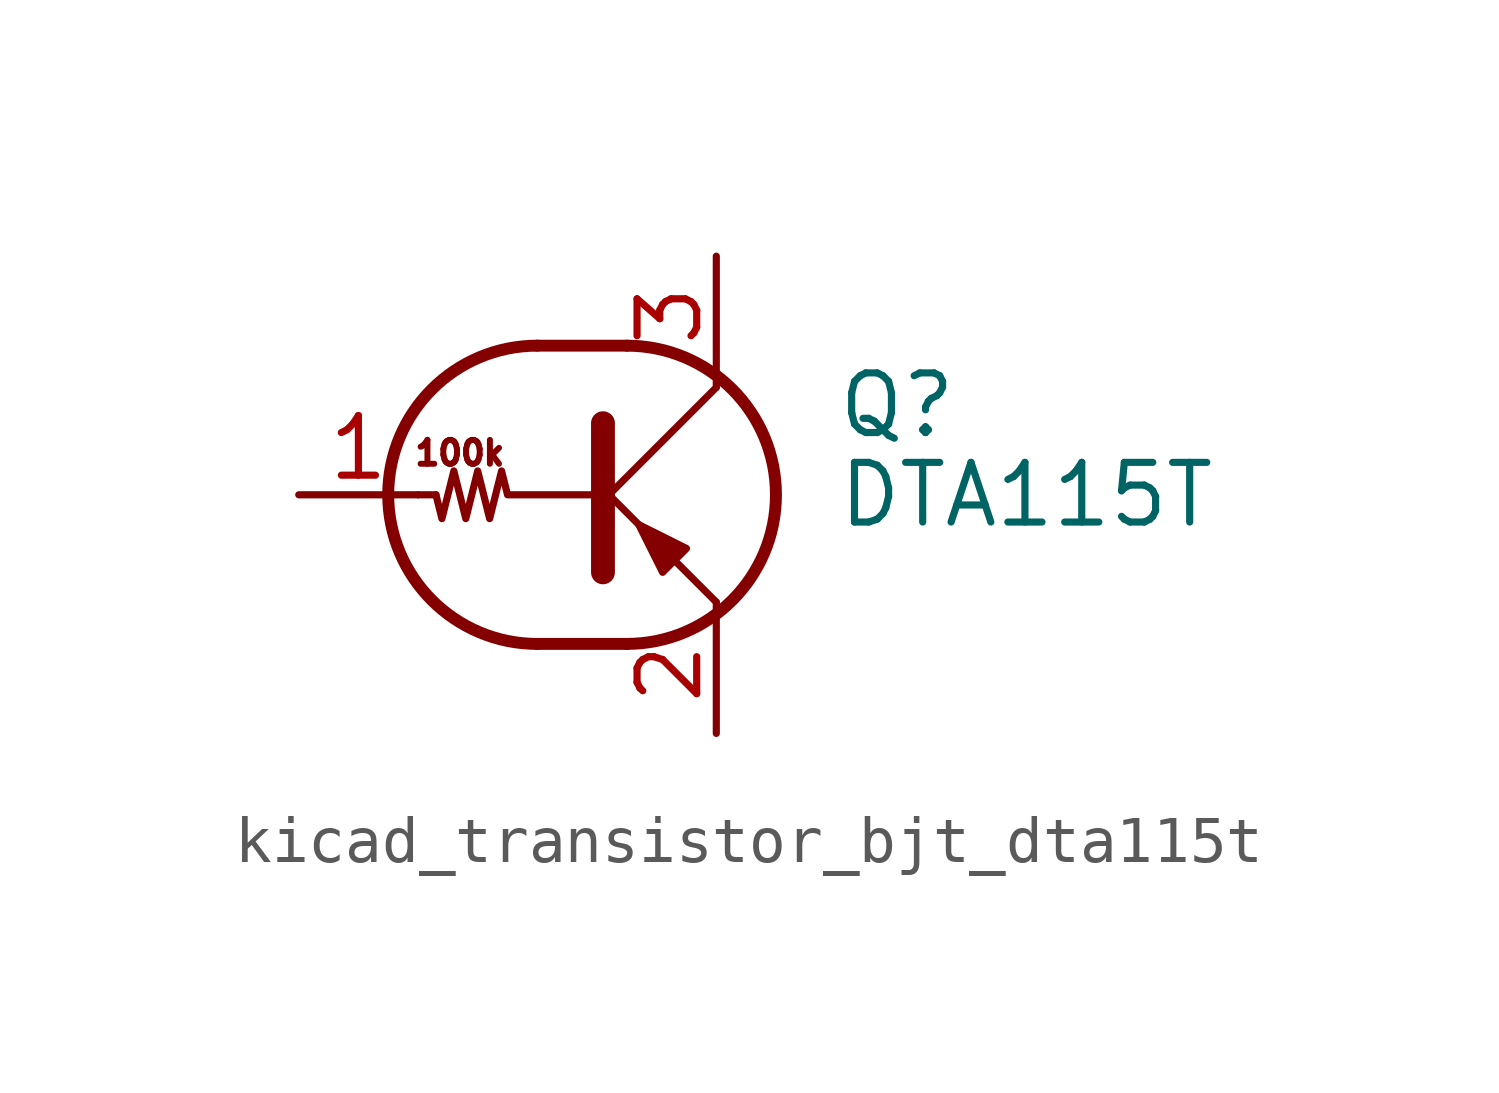
<source format=kicad_sym>
(kicad_symbol_lib
  (version 20220914)
  (generator kicad_symbol_editor)
  (symbol "kicad_transistor_bjt_dta115t"
    (pin_names
      (offset 0) hide)
    (property "Reference" "Q"
      (at 5.08 1.905 0)
      (effects (font (size 1.27 1.27)) (justify left)))
    (property "Value" "DTA115T"
      (at 5.08 0 0)
      (effects (font (size 1.27 1.27)) (justify left)))
    (symbol "kicad_transistor_bjt_dta115t_0_0"
      (polyline (pts (xy 2.54 -2.286) (xy 2.54 -2.54)) (stroke (width 0) (type default)) (fill (type none)))
      (text "100k" (at -2.921 0.889 0) (effects (font (size 0.508 0.508)))))
    (symbol "kicad_transistor_bjt_dta115t_0_1"
      (arc (start -1.27 3.175) (mid -4.4312 0) (end -1.27 -3.175) (stroke (width 0.254) (type default)) (fill (type none)))
      (polyline (pts (xy -3.429 0) (xy -3.81 0)) (stroke (width 0) (type default)) (fill (type none)))
      (polyline (pts (xy -1.27 -3.175) (xy 0.635 -3.175)) (stroke (width 0.254) (type default)) (fill (type none)))
      (polyline (pts (xy -1.27 3.175) (xy 0.635 3.175)) (stroke (width 0.254) (type default)) (fill (type none)))
      (polyline (pts (xy 0 -0.254) (xy 2.54 2.286)) (stroke (width 0) (type default)) (fill (type none)))
      (polyline (pts (xy 0.127 1.524) (xy 0.127 -1.651)) (stroke (width 0.508) (type default)) (fill (type outline)))
      (polyline (pts (xy 2.54 2.286) (xy 2.54 2.54)) (stroke (width 0) (type default)) (fill (type none)))
      (polyline (pts (xy 2.54 -2.286) (xy 0 0.254) (xy 0 0.254)) (stroke (width 0) (type default)) (fill (type none)))
      (polyline (pts (xy 1.397 -1.651) (xy 1.905 -1.143) (xy 0.889 -0.635) (xy 1.397 -1.651)) (stroke (width 0) (type default)) (fill (type outline)))
      (polyline (pts (xy 0 0) (xy -1.905 0) (xy -2.032 0.508) (xy -2.286 -0.508) (xy -2.54 0.508) (xy -2.794 -0.508) (xy -3.048 0.508) (xy -3.302 -0.508) (xy -3.429 0)) (stroke (width 0) (type default)) (fill (type none)))
      (arc (start 0.635 -3.175) (mid 3.7962 0) (end 0.635 3.175) (stroke (width 0.254) (type default)) (fill (type none))))
    (symbol "kicad_transistor_bjt_dta115t_1_1"
      (pin input line (at -6.35 0 0) (length 2.54) (name "B" (effects (font (size 1.27 1.27)))) (number "1" (effects (font (size 1.27 1.27)))))
      (pin passive line (at 2.54 -5.08 90) (length 2.54) (name "E" (effects (font (size 1.27 1.27)))) (number "2" (effects (font (size 1.27 1.27)))))
      (pin passive line (at 2.54 5.08 270) (length 2.54) (name "C" (effects (font (size 1.27 1.27)))) (number "3" (effects (font (size 1.27 1.27))))))))
</source>
